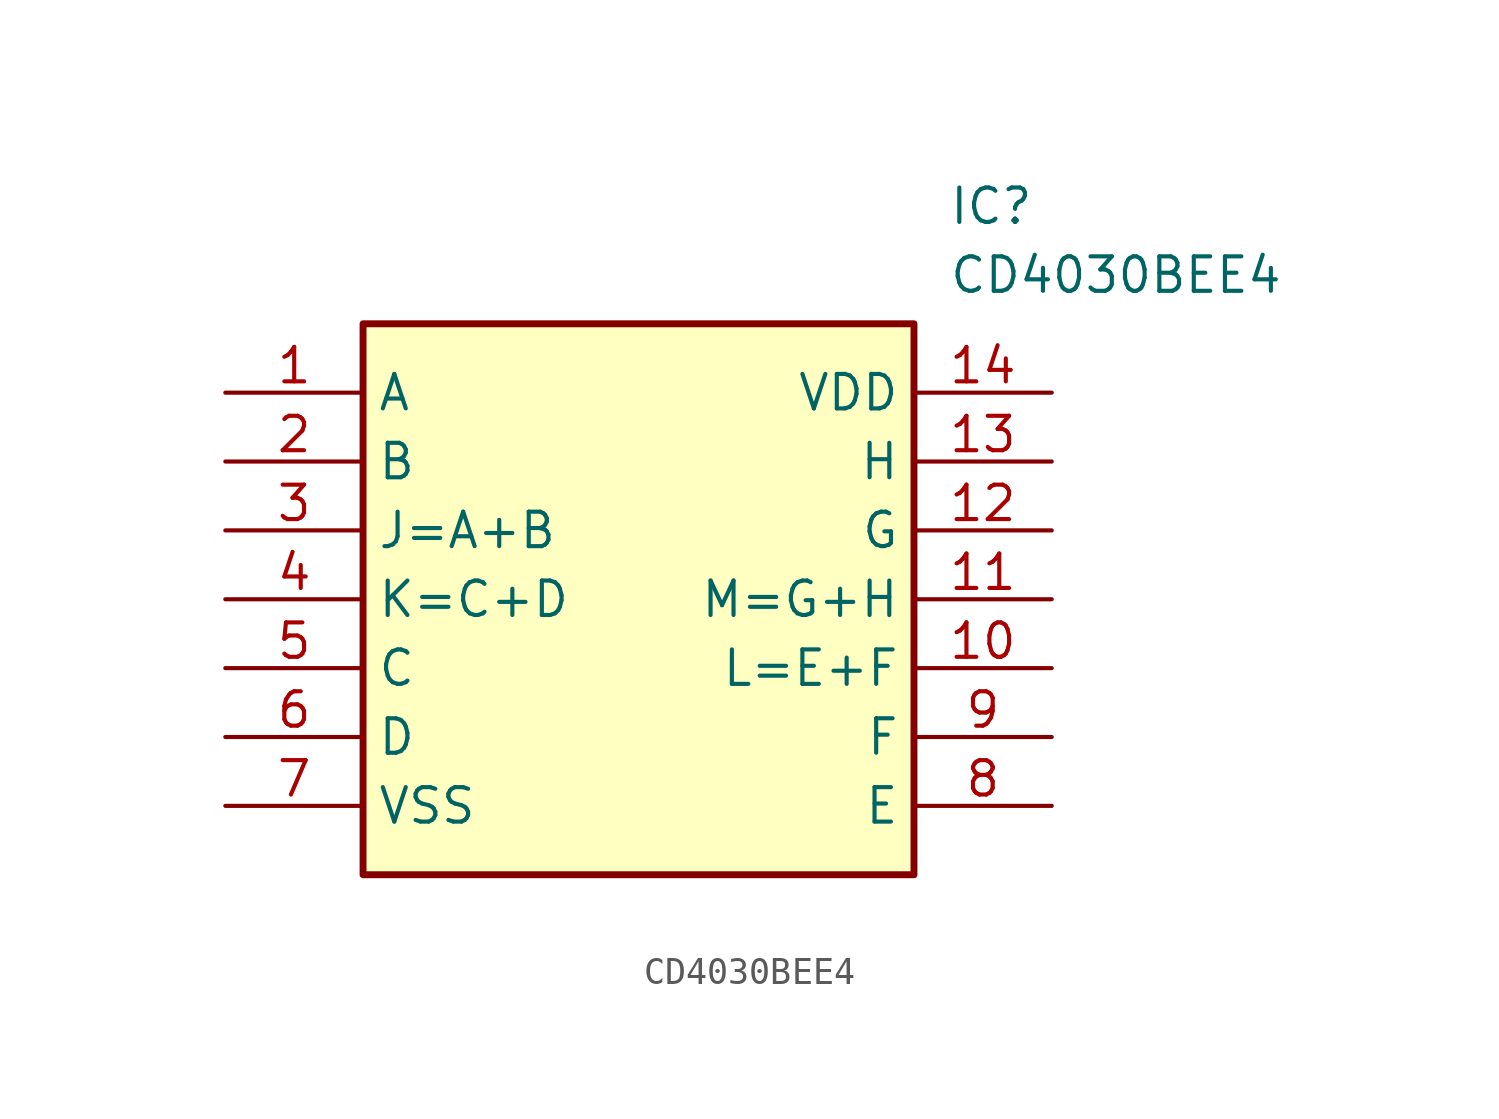
<source format=kicad_sym>
(kicad_symbol_lib
  (version 20211014)
  (generator SamacSys_ECAD_Model)
  (symbol "CD4030BEE4"
    (property "Reference" "IC"
      (at 26.67 7.62 0)
      (effects (font (size 1.27 1.27)) (justify left top)))
    (property "Value" "CD4030BEE4"
      (at 26.67 5.08 0)
      (effects (font (size 1.27 1.27)) (justify left top)))
    (rectangle
      (start 5.08 2.54)
      (end 25.4 -17.78)
      (stroke (width 0.254) (type default))
      (fill (type background)))
    (pin passive line
      (at 0 0 0)
      (length 5.08)
      (name "A" (effects (font (size 1.27 1.27))))
      (number "1" (effects (font (size 1.27 1.27)))))
    (pin passive line
      (at 0 -2.54 0)
      (length 5.08)
      (name "B" (effects (font (size 1.27 1.27))))
      (number "2" (effects (font (size 1.27 1.27)))))
    (pin passive line
      (at 0 -5.08 0)
      (length 5.08)
      (name "J=A+B" (effects (font (size 1.27 1.27))))
      (number "3" (effects (font (size 1.27 1.27)))))
    (pin passive line
      (at 0 -7.62 0)
      (length 5.08)
      (name "K=C+D" (effects (font (size 1.27 1.27))))
      (number "4" (effects (font (size 1.27 1.27)))))
    (pin passive line
      (at 0 -10.16 0)
      (length 5.08)
      (name "C" (effects (font (size 1.27 1.27))))
      (number "5" (effects (font (size 1.27 1.27)))))
    (pin passive line
      (at 0 -12.7 0)
      (length 5.08)
      (name "D" (effects (font (size 1.27 1.27))))
      (number "6" (effects (font (size 1.27 1.27)))))
    (pin passive line
      (at 0 -15.24 0)
      (length 5.08)
      (name "VSS" (effects (font (size 1.27 1.27))))
      (number "7" (effects (font (size 1.27 1.27)))))
    (pin passive line
      (at 30.48 0 180)
      (length 5.08)
      (name "VDD" (effects (font (size 1.27 1.27))))
      (number "14" (effects (font (size 1.27 1.27)))))
    (pin passive line
      (at 30.48 -2.54 180)
      (length 5.08)
      (name "H" (effects (font (size 1.27 1.27))))
      (number "13" (effects (font (size 1.27 1.27)))))
    (pin passive line
      (at 30.48 -5.08 180)
      (length 5.08)
      (name "G" (effects (font (size 1.27 1.27))))
      (number "12" (effects (font (size 1.27 1.27)))))
    (pin passive line
      (at 30.48 -7.62 180)
      (length 5.08)
      (name "M=G+H" (effects (font (size 1.27 1.27))))
      (number "11" (effects (font (size 1.27 1.27)))))
    (pin passive line
      (at 30.48 -10.16 180)
      (length 5.08)
      (name "L=E+F" (effects (font (size 1.27 1.27))))
      (number "10" (effects (font (size 1.27 1.27)))))
    (pin passive line
      (at 30.48 -12.7 180)
      (length 5.08)
      (name "F" (effects (font (size 1.27 1.27))))
      (number "9" (effects (font (size 1.27 1.27)))))
    (pin passive line
      (at 30.48 -15.24 180)
      (length 5.08)
      (name "E" (effects (font (size 1.27 1.27))))
      (number "8" (effects (font (size 1.27 1.27)))))))
</source>
